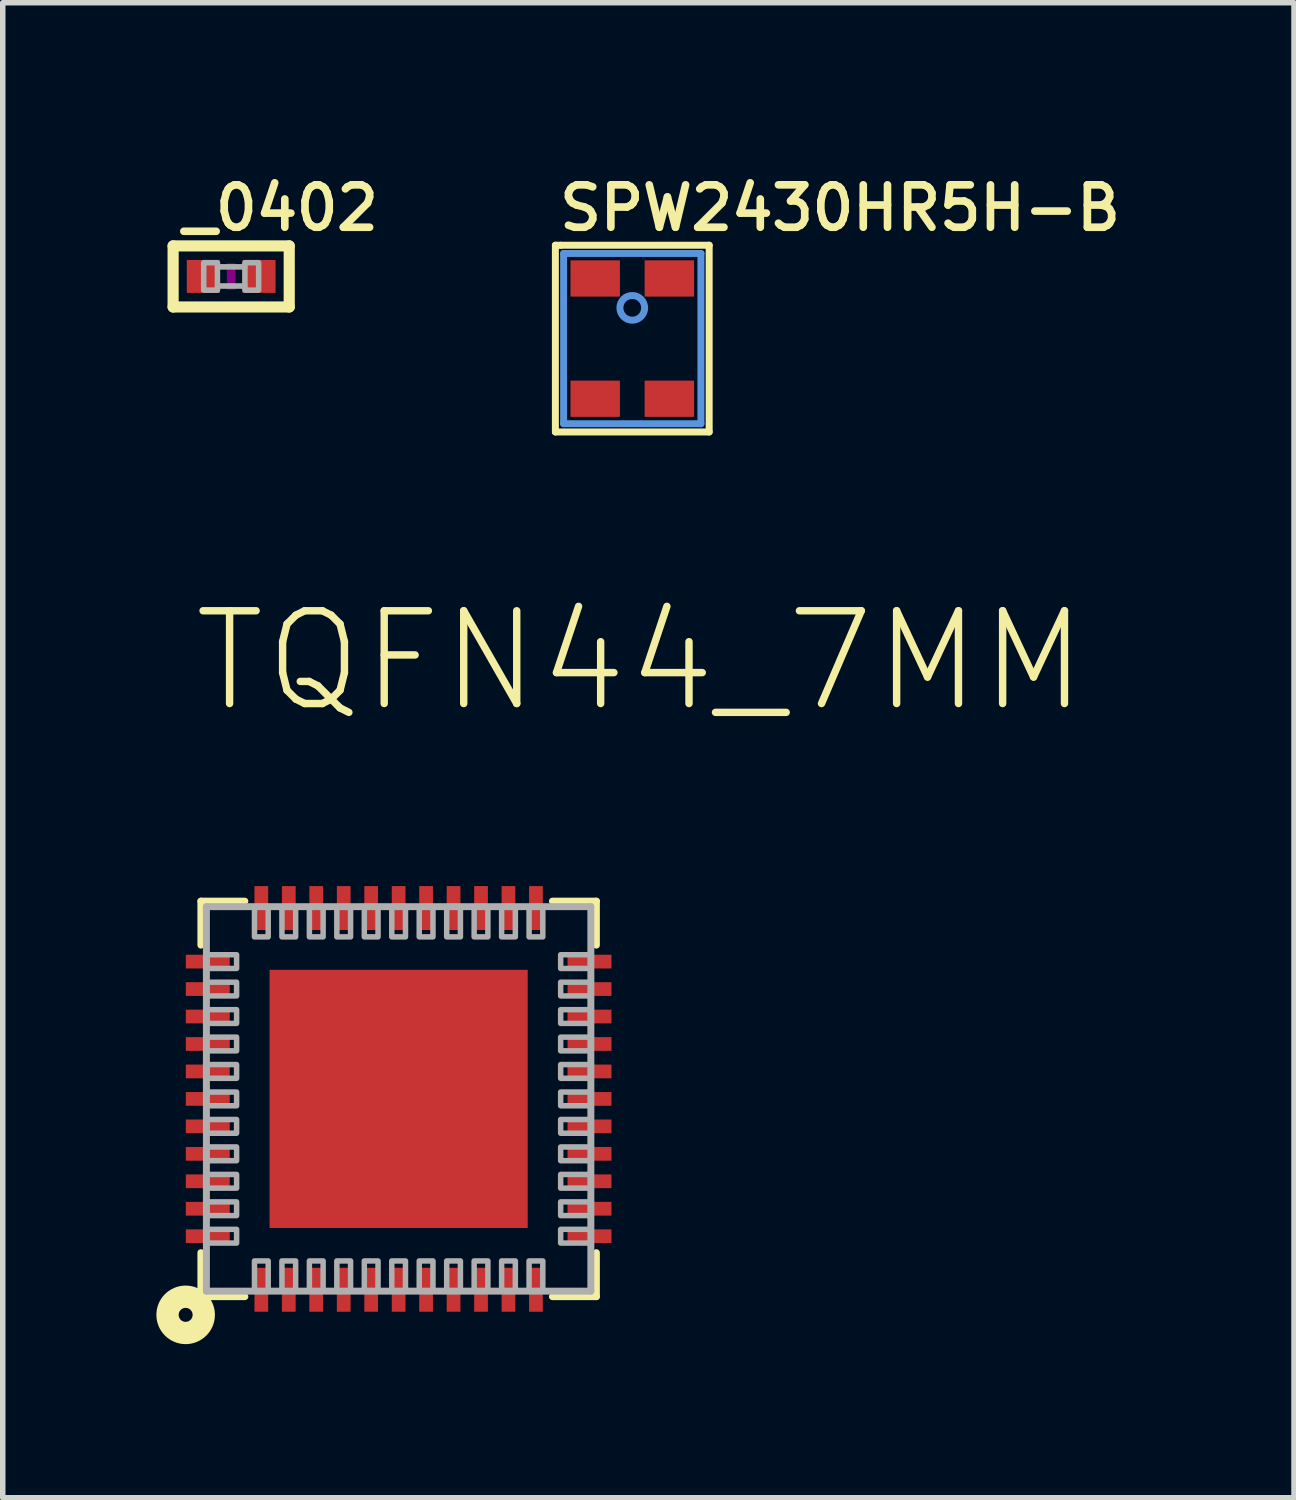
<source format=kicad_pcb>
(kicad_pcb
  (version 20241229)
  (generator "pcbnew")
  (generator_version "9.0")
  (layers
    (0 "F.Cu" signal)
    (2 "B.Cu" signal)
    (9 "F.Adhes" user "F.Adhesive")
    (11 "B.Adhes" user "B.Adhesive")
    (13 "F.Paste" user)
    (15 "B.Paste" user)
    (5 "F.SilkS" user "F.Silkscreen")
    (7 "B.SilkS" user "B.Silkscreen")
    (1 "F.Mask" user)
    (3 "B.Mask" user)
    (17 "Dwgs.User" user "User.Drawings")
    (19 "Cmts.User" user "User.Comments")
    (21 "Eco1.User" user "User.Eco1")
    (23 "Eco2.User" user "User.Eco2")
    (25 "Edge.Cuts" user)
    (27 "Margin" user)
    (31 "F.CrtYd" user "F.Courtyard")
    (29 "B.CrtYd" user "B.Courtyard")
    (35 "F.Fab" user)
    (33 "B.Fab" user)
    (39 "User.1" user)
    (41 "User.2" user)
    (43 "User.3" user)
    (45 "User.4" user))
  (footprint "SPW2430HR5H-B"
    (layer "F.Cu")
    (at 8.462 3.115)
    (property "Reference" "SPW2430HR5H-B" (at -1.4 -1.926 0) (layer "F.SilkS") (effects (font (size 0.772 0.772) (thickness 0.139)) (justify left bottom)))
    (attr through_hole)
    (fp_line (start -1.4 -1.7) (end -1.3 -1.7) (stroke (width 0.127) (type solid)) (layer "F.SilkS"))
    (fp_line (start -1.4 1.7) (end -1.4 -1.7) (stroke (width 0.127) (type solid)) (layer "F.SilkS"))
    (fp_line (start -1.3 -1.7) (end 1.4 -1.7) (stroke (width 0.127) (type solid)) (layer "F.SilkS"))
    (fp_line (start 1.4 -1.7) (end 1.4 1.7) (stroke (width 0.127) (type solid)) (layer "F.SilkS"))
    (fp_line (start 1.4 1.7) (end -1.4 1.7) (stroke (width 0.127) (type solid)) (layer "F.SilkS"))
    (fp_line (start -1.25 -1.55) (end 1.25 -1.55) (stroke (width 0.127) (type solid)) (layer "Cmts.User"))
    (fp_line (start -1.25 1.55) (end -1.25 -1.55) (stroke (width 0.127) (type solid)) (layer "Cmts.User"))
    (fp_line (start 1.25 -1.55) (end 1.25 1.55) (stroke (width 0.127) (type solid)) (layer "Cmts.User"))
    (fp_line (start 1.25 1.55) (end -1.25 1.55) (stroke (width 0.127) (type solid)) (layer "Cmts.User"))
    (fp_circle (center 0 -0.56) (end 0.225 -0.56) (stroke (width 0.127) (type solid)) (fill no) (layer "Cmts.User"))
    (pad "1" smd rect (at -0.675 -1.095) (size 0.9 0.66) (layers "F.Cu" "F.Mask" "F.Paste"))
    (pad "2" smd rect (at -0.675 1.095) (size 0.9 0.66) (layers "F.Cu" "F.Mask" "F.Paste"))
    (pad "3" smd rect (at 0.675 1.095) (size 0.9 0.66) (layers "F.Cu" "F.Mask" "F.Paste"))
    (pad "4" smd rect (at 0.675 -1.095) (size 0.9 0.66) (layers "F.Cu" "F.Mask" "F.Paste")))
  (footprint "_0402"
    (layer "F.Cu")
    (at 1.159 1.983)
    (property "Reference" "_0402" (at -0.953 -0.794 0) (layer "F.SilkS") (effects (font (size 0.772 0.772) (thickness 0.139)) (justify left bottom)))
    (attr through_hole)
    (fp_line (start -1.057 -0.556) (end 1.057 -0.556) (stroke (width 0.203) (type solid)) (layer "F.SilkS"))
    (fp_line (start -1.057 0.556) (end -1.057 -0.556) (stroke (width 0.203) (type solid)) (layer "F.SilkS"))
    (fp_line (start 1.057 -0.556) (end 1.057 0.556) (stroke (width 0.203) (type solid)) (layer "F.SilkS"))
    (fp_line (start 1.057 0.556) (end -1.057 0.556) (stroke (width 0.203) (type solid)) (layer "F.SilkS"))
    (fp_poly (pts (xy -0.079 0.238) (xy 0.079 0.238) (xy 0.079 -0.238) (xy -0.079 -0.238)) (stroke (width 0) (type solid)) (fill yes) (layer "F.Adhes"))
    (fp_line (start -0.245 -0.174) (end 0.245 -0.174) (stroke (width 0.102) (type solid)) (layer "F.Fab"))
    (fp_line (start 0.245 0.174) (end -0.245 0.174) (stroke (width 0.102) (type solid)) (layer "F.Fab"))
    (fp_poly (pts (xy -0.5 0.25) (xy -0.25 0.25) (xy -0.25 -0.25) (xy -0.5 -0.25)) (stroke (width 0.1) (type solid)) (fill no) (layer "F.Fab"))
    (fp_poly (pts (xy 0.25 0.25) (xy 0.5 0.25) (xy 0.5 -0.25) (xy 0.25 -0.25)) (stroke (width 0.1) (type solid)) (fill no) (layer "F.Fab"))
    (pad "1" smd rect (at -0.508 0) (size 0.6 0.6) (layers "F.Cu" "F.Mask" "F.Paste"))
    (pad "2" smd rect (at 0.508 0) (size 0.6 0.6) (layers "F.Cu" "F.Mask" "F.Paste")))
  (footprint "TQFN44_7MM"
    (layer "F.Cu")
    (at 4.208 16.958)
    (property "Reference" "TQFN44_7MM" (at -3.81 -6.985 180) (layer "F.SilkS") (effects (font (size 1.689 1.689) (thickness 0.135)) (justify left bottom)))
    (attr through_hole)
    (fp_line (start -3.6 -3.6) (end -3.6 -2.8) (stroke (width 0.127) (type solid)) (layer "F.SilkS"))
    (fp_line (start -3.6 2.8) (end -3.6 3.6) (stroke (width 0.127) (type solid)) (layer "F.SilkS"))
    (fp_line (start -3.6 3.6) (end -2.8 3.6) (stroke (width 0.127) (type solid)) (layer "F.SilkS"))
    (fp_line (start -2.8 -3.6) (end -3.6 -3.6) (stroke (width 0.127) (type solid)) (layer "F.SilkS"))
    (fp_line (start 2.8 -3.6) (end 3.6 -3.6) (stroke (width 0.127) (type solid)) (layer "F.SilkS"))
    (fp_line (start 3.6 -3.6) (end 3.6 -2.8) (stroke (width 0.127) (type solid)) (layer "F.SilkS"))
    (fp_line (start 3.6 2.8) (end 3.6 3.6) (stroke (width 0.127) (type solid)) (layer "F.SilkS"))
    (fp_line (start 3.6 3.6) (end 2.8 3.6) (stroke (width 0.127) (type solid)) (layer "F.SilkS"))
    (fp_circle (center -3.878 3.932) (end -3.751 3.932) (stroke (width 0.406) (type solid)) (fill no) (layer "F.SilkS"))
    (fp_poly (pts (xy -2 -0.5) (xy -1 -0.5) (xy -1 -2) (xy -2 -2)) (stroke (width 0) (type solid)) (fill yes) (layer "F.Paste"))
    (fp_poly (pts (xy -2 2) (xy -1 2) (xy -1 0.5) (xy -2 0.5)) (stroke (width 0) (type solid)) (fill yes) (layer "F.Paste"))
    (fp_poly (pts (xy -0.5 -0.5) (xy 0.5 -0.5) (xy 0.5 -2) (xy -0.5 -2)) (stroke (width 0) (type solid)) (fill yes) (layer "F.Paste"))
    (fp_poly (pts (xy -0.5 2) (xy 0.5 2) (xy 0.5 0.5) (xy -0.5 0.5)) (stroke (width 0) (type solid)) (fill yes) (layer "F.Paste"))
    (fp_poly (pts (xy 1 -0.5) (xy 2 -0.5) (xy 2 -2) (xy 1 -2)) (stroke (width 0) (type solid)) (fill yes) (layer "F.Paste"))
    (fp_poly (pts (xy 1 2) (xy 2 2) (xy 2 0.5) (xy 1 0.5)) (stroke (width 0) (type solid)) (fill yes) (layer "F.Paste"))
    (fp_line (start -3.5 -3.5) (end 3.5 -3.5) (stroke (width 0.127) (type solid)) (layer "F.Fab"))
    (fp_line (start -3.5 3.5) (end -3.5 -3.5) (stroke (width 0.127) (type solid)) (layer "F.Fab"))
    (fp_line (start 3.5 -3.5) (end 3.5 3.5) (stroke (width 0.127) (type solid)) (layer "F.Fab"))
    (fp_line (start 3.5 3.5) (end -3.5 3.5) (stroke (width 0.127) (type solid)) (layer "F.Fab"))
    (fp_poly (pts (xy -3.5 -2.375) (xy -2.95 -2.375) (xy -2.95 -2.625) (xy -3.5 -2.625)) (stroke (width 0.1) (type solid)) (fill no) (layer "F.Fab"))
    (fp_poly (pts (xy -3.5 -1.875) (xy -2.95 -1.875) (xy -2.95 -2.125) (xy -3.5 -2.125)) (stroke (width 0.1) (type solid)) (fill no) (layer "F.Fab"))
    (fp_poly (pts (xy -3.5 -1.375) (xy -2.95 -1.375) (xy -2.95 -1.625) (xy -3.5 -1.625)) (stroke (width 0.1) (type solid)) (fill no) (layer "F.Fab"))
    (fp_poly (pts (xy -3.5 -0.875) (xy -2.95 -0.875) (xy -2.95 -1.125) (xy -3.5 -1.125)) (stroke (width 0.1) (type solid)) (fill no) (layer "F.Fab"))
    (fp_poly (pts (xy -3.5 -0.375) (xy -2.95 -0.375) (xy -2.95 -0.625) (xy -3.5 -0.625)) (stroke (width 0.1) (type solid)) (fill no) (layer "F.Fab"))
    (fp_poly (pts (xy -3.5 0.125) (xy -2.95 0.125) (xy -2.95 -0.125) (xy -3.5 -0.125)) (stroke (width 0.1) (type solid)) (fill no) (layer "F.Fab"))
    (fp_poly (pts (xy -3.5 0.625) (xy -2.95 0.625) (xy -2.95 0.375) (xy -3.5 0.375)) (stroke (width 0.1) (type solid)) (fill no) (layer "F.Fab"))
    (fp_poly (pts (xy -3.5 1.125) (xy -2.95 1.125) (xy -2.95 0.875) (xy -3.5 0.875)) (stroke (width 0.1) (type solid)) (fill no) (layer "F.Fab"))
    (fp_poly (pts (xy -3.5 1.625) (xy -2.95 1.625) (xy -2.95 1.375) (xy -3.5 1.375)) (stroke (width 0.1) (type solid)) (fill no) (layer "F.Fab"))
    (fp_poly (pts (xy -3.5 2.125) (xy -2.95 2.125) (xy -2.95 1.875) (xy -3.5 1.875)) (stroke (width 0.1) (type solid)) (fill no) (layer "F.Fab"))
    (fp_poly (pts (xy -3.5 2.625) (xy -2.95 2.625) (xy -2.95 2.375) (xy -3.5 2.375)) (stroke (width 0.1) (type solid)) (fill no) (layer "F.Fab"))
    (fp_poly (pts (xy -2.625 -3.5) (xy -2.625 -2.95) (xy -2.375 -2.95) (xy -2.375 -3.5)) (stroke (width 0.1) (type solid)) (fill no) (layer "F.Fab"))
    (fp_poly (pts (xy -2.375 3.5) (xy -2.375 2.95) (xy -2.625 2.95) (xy -2.625 3.5)) (stroke (width 0.1) (type solid)) (fill no) (layer "F.Fab"))
    (fp_poly (pts (xy -2.125 -3.5) (xy -2.125 -2.95) (xy -1.875 -2.95) (xy -1.875 -3.5)) (stroke (width 0.1) (type solid)) (fill no) (layer "F.Fab"))
    (fp_poly (pts (xy -1.875 3.5) (xy -1.875 2.95) (xy -2.125 2.95) (xy -2.125 3.5)) (stroke (width 0.1) (type solid)) (fill no) (layer "F.Fab"))
    (fp_poly (pts (xy -1.625 -3.5) (xy -1.625 -2.95) (xy -1.375 -2.95) (xy -1.375 -3.5)) (stroke (width 0.1) (type solid)) (fill no) (layer "F.Fab"))
    (fp_poly (pts (xy -1.375 3.5) (xy -1.375 2.95) (xy -1.625 2.95) (xy -1.625 3.5)) (stroke (width 0.1) (type solid)) (fill no) (layer "F.Fab"))
    (fp_poly (pts (xy -1.125 -3.5) (xy -1.125 -2.95) (xy -0.875 -2.95) (xy -0.875 -3.5)) (stroke (width 0.1) (type solid)) (fill no) (layer "F.Fab"))
    (fp_poly (pts (xy -0.875 3.5) (xy -0.875 2.95) (xy -1.125 2.95) (xy -1.125 3.5)) (stroke (width 0.1) (type solid)) (fill no) (layer "F.Fab"))
    (fp_poly (pts (xy -0.625 -3.5) (xy -0.625 -2.95) (xy -0.375 -2.95) (xy -0.375 -3.5)) (stroke (width 0.1) (type solid)) (fill no) (layer "F.Fab"))
    (fp_poly (pts (xy -0.375 3.5) (xy -0.375 2.95) (xy -0.625 2.95) (xy -0.625 3.5)) (stroke (width 0.1) (type solid)) (fill no) (layer "F.Fab"))
    (fp_poly (pts (xy -0.125 -3.5) (xy -0.125 -2.95) (xy 0.125 -2.95) (xy 0.125 -3.5)) (stroke (width 0.1) (type solid)) (fill no) (layer "F.Fab"))
    (fp_poly (pts (xy 0.125 3.5) (xy 0.125 2.95) (xy -0.125 2.95) (xy -0.125 3.5)) (stroke (width 0.1) (type solid)) (fill no) (layer "F.Fab"))
    (fp_poly (pts (xy 0.375 -3.5) (xy 0.375 -2.95) (xy 0.625 -2.95) (xy 0.625 -3.5)) (stroke (width 0.1) (type solid)) (fill no) (layer "F.Fab"))
    (fp_poly (pts (xy 0.625 3.5) (xy 0.625 2.95) (xy 0.375 2.95) (xy 0.375 3.5)) (stroke (width 0.1) (type solid)) (fill no) (layer "F.Fab"))
    (fp_poly (pts (xy 0.875 -3.5) (xy 0.875 -2.95) (xy 1.125 -2.95) (xy 1.125 -3.5)) (stroke (width 0.1) (type solid)) (fill no) (layer "F.Fab"))
    (fp_poly (pts (xy 1.125 3.5) (xy 1.125 2.95) (xy 0.875 2.95) (xy 0.875 3.5)) (stroke (width 0.1) (type solid)) (fill no) (layer "F.Fab"))
    (fp_poly (pts (xy 1.375 -3.5) (xy 1.375 -2.95) (xy 1.625 -2.95) (xy 1.625 -3.5)) (stroke (width 0.1) (type solid)) (fill no) (layer "F.Fab"))
    (fp_poly (pts (xy 1.625 3.5) (xy 1.625 2.95) (xy 1.375 2.95) (xy 1.375 3.5)) (stroke (width 0.1) (type solid)) (fill no) (layer "F.Fab"))
    (fp_poly (pts (xy 1.875 -3.5) (xy 1.875 -2.95) (xy 2.125 -2.95) (xy 2.125 -3.5)) (stroke (width 0.1) (type solid)) (fill no) (layer "F.Fab"))
    (fp_poly (pts (xy 2.125 3.5) (xy 2.125 2.95) (xy 1.875 2.95) (xy 1.875 3.5)) (stroke (width 0.1) (type solid)) (fill no) (layer "F.Fab"))
    (fp_poly (pts (xy 2.375 -3.5) (xy 2.375 -2.95) (xy 2.625 -2.95) (xy 2.625 -3.5)) (stroke (width 0.1) (type solid)) (fill no) (layer "F.Fab"))
    (fp_poly (pts (xy 2.625 3.5) (xy 2.625 2.95) (xy 2.375 2.95) (xy 2.375 3.5)) (stroke (width 0.1) (type solid)) (fill no) (layer "F.Fab"))
    (fp_poly (pts (xy 3.5 -2.625) (xy 2.95 -2.625) (xy 2.95 -2.375) (xy 3.5 -2.375)) (stroke (width 0.1) (type solid)) (fill no) (layer "F.Fab"))
    (fp_poly (pts (xy 3.5 -2.125) (xy 2.95 -2.125) (xy 2.95 -1.875) (xy 3.5 -1.875)) (stroke (width 0.1) (type solid)) (fill no) (layer "F.Fab"))
    (fp_poly (pts (xy 3.5 -1.625) (xy 2.95 -1.625) (xy 2.95 -1.375) (xy 3.5 -1.375)) (stroke (width 0.1) (type solid)) (fill no) (layer "F.Fab"))
    (fp_poly (pts (xy 3.5 -1.125) (xy 2.95 -1.125) (xy 2.95 -0.875) (xy 3.5 -0.875)) (stroke (width 0.1) (type solid)) (fill no) (layer "F.Fab"))
    (fp_poly (pts (xy 3.5 -0.625) (xy 2.95 -0.625) (xy 2.95 -0.375) (xy 3.5 -0.375)) (stroke (width 0.1) (type solid)) (fill no) (layer "F.Fab"))
    (fp_poly (pts (xy 3.5 -0.125) (xy 2.95 -0.125) (xy 2.95 0.125) (xy 3.5 0.125)) (stroke (width 0.1) (type solid)) (fill no) (layer "F.Fab"))
    (fp_poly (pts (xy 3.5 0.375) (xy 2.95 0.375) (xy 2.95 0.625) (xy 3.5 0.625)) (stroke (width 0.1) (type solid)) (fill no) (layer "F.Fab"))
    (fp_poly (pts (xy 3.5 0.875) (xy 2.95 0.875) (xy 2.95 1.125) (xy 3.5 1.125)) (stroke (width 0.1) (type solid)) (fill no) (layer "F.Fab"))
    (fp_poly (pts (xy 3.5 1.375) (xy 2.95 1.375) (xy 2.95 1.625) (xy 3.5 1.625)) (stroke (width 0.1) (type solid)) (fill no) (layer "F.Fab"))
    (fp_poly (pts (xy 3.5 1.875) (xy 2.95 1.875) (xy 2.95 2.125) (xy 3.5 2.125)) (stroke (width 0.1) (type solid)) (fill no) (layer "F.Fab"))
    (fp_poly (pts (xy 3.5 2.375) (xy 2.95 2.375) (xy 2.95 2.625) (xy 3.5 2.625)) (stroke (width 0.1) (type solid)) (fill no) (layer "F.Fab"))
    (pad "1" smd rect (at -2.5 3.475 90) (size 0.8 0.25) (layers "F.Cu" "F.Mask" "F.Paste"))
    (pad "2" smd rect (at -2 3.475 90) (size 0.8 0.25) (layers "F.Cu" "F.Mask" "F.Paste"))
    (pad "3" smd rect (at -1.5 3.475 90) (size 0.8 0.25) (layers "F.Cu" "F.Mask" "F.Paste"))
    (pad "4" smd rect (at -1 3.475 90) (size 0.8 0.25) (layers "F.Cu" "F.Mask" "F.Paste"))
    (pad "5" smd rect (at -0.5 3.475 90) (size 0.8 0.25) (layers "F.Cu" "F.Mask" "F.Paste"))
    (pad "6" smd rect (at 0 3.475 90) (size 0.8 0.25) (layers "F.Cu" "F.Mask" "F.Paste"))
    (pad "7" smd rect (at 0.5 3.475 90) (size 0.8 0.25) (layers "F.Cu" "F.Mask" "F.Paste"))
    (pad "8" smd rect (at 1 3.475 90) (size 0.8 0.25) (layers "F.Cu" "F.Mask" "F.Paste"))
    (pad "9" smd rect (at 1.5 3.475 90) (size 0.8 0.25) (layers "F.Cu" "F.Mask" "F.Paste"))
    (pad "10" smd rect (at 2 3.475 90) (size 0.8 0.25) (layers "F.Cu" "F.Mask" "F.Paste"))
    (pad "11" smd rect (at 2.5 3.475 90) (size 0.8 0.25) (layers "F.Cu" "F.Mask" "F.Paste"))
    (pad "12" smd rect (at 3.475 2.5 180) (size 0.8 0.25) (layers "F.Cu" "F.Mask" "F.Paste"))
    (pad "13" smd rect (at 3.475 2 180) (size 0.8 0.25) (layers "F.Cu" "F.Mask" "F.Paste"))
    (pad "14" smd rect (at 3.475 1.5 180) (size 0.8 0.25) (layers "F.Cu" "F.Mask" "F.Paste"))
    (pad "15" smd rect (at 3.475 1 180) (size 0.8 0.25) (layers "F.Cu" "F.Mask" "F.Paste"))
    (pad "16" smd rect (at 3.475 0.5 180) (size 0.8 0.25) (layers "F.Cu" "F.Mask" "F.Paste"))
    (pad "17" smd rect (at 3.475 0 180) (size 0.8 0.25) (layers "F.Cu" "F.Mask" "F.Paste"))
    (pad "18" smd rect (at 3.475 -0.5 180) (size 0.8 0.25) (layers "F.Cu" "F.Mask" "F.Paste"))
    (pad "19" smd rect (at 3.475 -1 180) (size 0.8 0.25) (layers "F.Cu" "F.Mask" "F.Paste"))
    (pad "20" smd rect (at 3.475 -1.5 180) (size 0.8 0.25) (layers "F.Cu" "F.Mask" "F.Paste"))
    (pad "21" smd rect (at 3.475 -2 180) (size 0.8 0.25) (layers "F.Cu" "F.Mask" "F.Paste"))
    (pad "22" smd rect (at 3.475 -2.5 180) (size 0.8 0.25) (layers "F.Cu" "F.Mask" "F.Paste"))
    (pad "23" smd rect (at 2.5 -3.475 270) (size 0.8 0.25) (layers "F.Cu" "F.Mask" "F.Paste"))
    (pad "24" smd rect (at 2 -3.475 270) (size 0.8 0.25) (layers "F.Cu" "F.Mask" "F.Paste"))
    (pad "25" smd rect (at 1.5 -3.475 270) (size 0.8 0.25) (layers "F.Cu" "F.Mask" "F.Paste"))
    (pad "26" smd rect (at 1 -3.475 270) (size 0.8 0.25) (layers "F.Cu" "F.Mask" "F.Paste"))
    (pad "27" smd rect (at 0.5 -3.475 270) (size 0.8 0.25) (layers "F.Cu" "F.Mask" "F.Paste"))
    (pad "28" smd rect (at 0 -3.475 270) (size 0.8 0.25) (layers "F.Cu" "F.Mask" "F.Paste"))
    (pad "29" smd rect (at -0.5 -3.475 270) (size 0.8 0.25) (layers "F.Cu" "F.Mask" "F.Paste"))
    (pad "30" smd rect (at -1 -3.475 270) (size 0.8 0.25) (layers "F.Cu" "F.Mask" "F.Paste"))
    (pad "31" smd rect (at -1.5 -3.475 270) (size 0.8 0.25) (layers "F.Cu" "F.Mask" "F.Paste"))
    (pad "32" smd rect (at -2 -3.475 270) (size 0.8 0.25) (layers "F.Cu" "F.Mask" "F.Paste"))
    (pad "33" smd rect (at -2.5 -3.475 270) (size 0.8 0.25) (layers "F.Cu" "F.Mask" "F.Paste"))
    (pad "34" smd rect (at -3.475 -2.5) (size 0.8 0.25) (layers "F.Cu" "F.Mask" "F.Paste"))
    (pad "35" smd rect (at -3.475 -2) (size 0.8 0.25) (layers "F.Cu" "F.Mask" "F.Paste"))
    (pad "36" smd rect (at -3.475 -1.5) (size 0.8 0.25) (layers "F.Cu" "F.Mask" "F.Paste"))
    (pad "37" smd rect (at -3.475 -1) (size 0.8 0.25) (layers "F.Cu" "F.Mask" "F.Paste"))
    (pad "38" smd rect (at -3.475 -0.5) (size 0.8 0.25) (layers "F.Cu" "F.Mask" "F.Paste"))
    (pad "39" smd rect (at -3.475 0) (size 0.8 0.25) (layers "F.Cu" "F.Mask" "F.Paste"))
    (pad "40" smd rect (at -3.475 0.5) (size 0.8 0.25) (layers "F.Cu" "F.Mask" "F.Paste"))
    (pad "41" smd rect (at -3.475 1) (size 0.8 0.25) (layers "F.Cu" "F.Mask" "F.Paste"))
    (pad "42" smd rect (at -3.475 1.5) (size 0.8 0.25) (layers "F.Cu" "F.Mask" "F.Paste"))
    (pad "43" smd rect (at -3.475 2) (size 0.8 0.25) (layers "F.Cu" "F.Mask" "F.Paste"))
    (pad "44" smd rect (at -3.475 2.5) (size 0.8 0.25) (layers "F.Cu" "F.Mask" "F.Paste"))
    (pad "THERMAL" smd rect (at 0 0) (size 4.7 4.7) (layers "F.Cu" "F.Mask")))
  (gr_rect
    (start -3 -3)
    (end 20.51 24.22)
    (stroke (width 0.1) (type default))
    (fill no)
    (layer "Edge.Cuts")))
</source>
